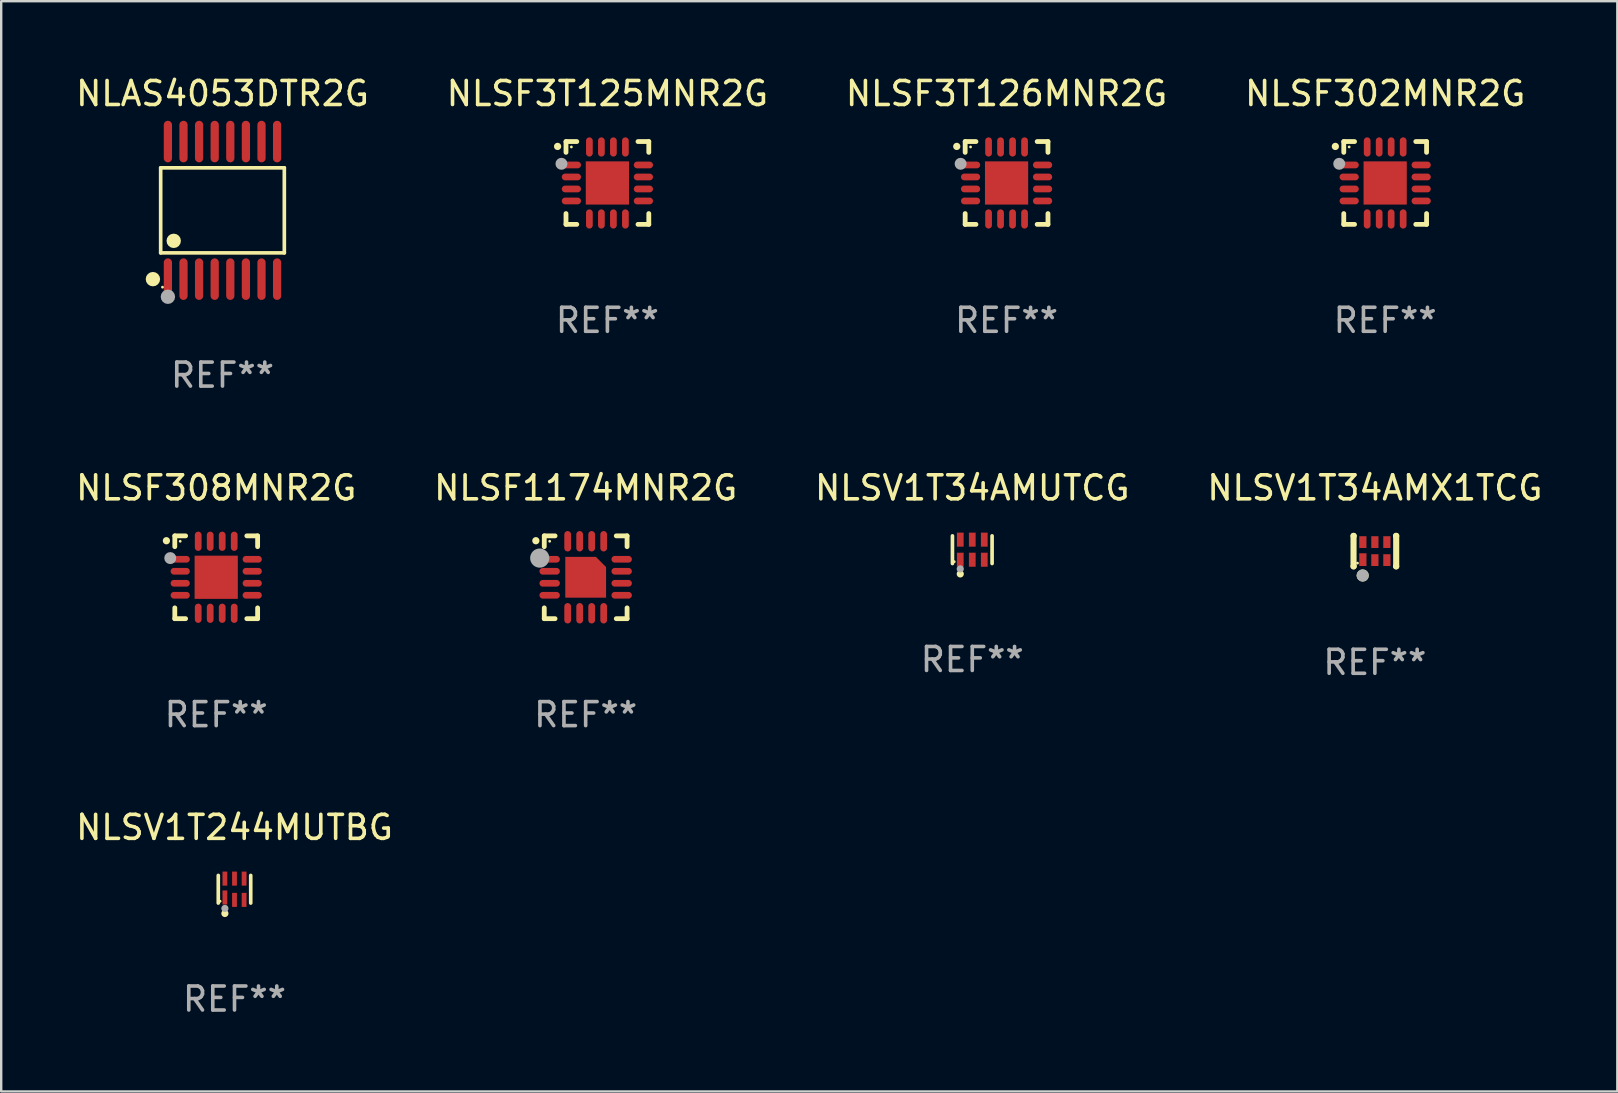
<source format=kicad_pcb>
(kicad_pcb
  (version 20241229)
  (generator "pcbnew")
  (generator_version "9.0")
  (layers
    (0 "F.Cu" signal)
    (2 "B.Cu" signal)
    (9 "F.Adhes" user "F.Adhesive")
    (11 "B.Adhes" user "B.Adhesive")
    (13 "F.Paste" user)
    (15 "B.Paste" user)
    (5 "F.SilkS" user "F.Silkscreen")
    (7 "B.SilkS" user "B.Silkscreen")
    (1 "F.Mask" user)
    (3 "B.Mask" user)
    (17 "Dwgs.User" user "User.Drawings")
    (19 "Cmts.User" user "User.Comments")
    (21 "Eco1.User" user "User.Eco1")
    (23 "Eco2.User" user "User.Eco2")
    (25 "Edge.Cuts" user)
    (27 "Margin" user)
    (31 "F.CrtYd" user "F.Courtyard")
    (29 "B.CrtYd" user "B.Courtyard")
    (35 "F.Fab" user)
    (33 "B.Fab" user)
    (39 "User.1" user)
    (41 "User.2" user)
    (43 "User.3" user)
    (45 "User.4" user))
  (footprint "NLSV1T34AMX1TCG"
    (layer "F.Cu")
    (at 54.232 19.911)
    (property "Reference" "NLSV1T34AMX1TCG" (at 0 -2.635 0) (layer "F.SilkS") (effects (font (size 1 1) (thickness 0.15))))
    (attr through_hole)
    (fp_line (start -0.889 -0.635) (end -0.889 0.635) (stroke (width 0.254) (type solid)) (layer "F.SilkS"))
    (fp_line (start -0.889 0.635) (end -0.881 0.635) (stroke (width 0.254) (type solid)) (layer "F.SilkS"))
    (fp_line (start -0.881 -0.635) (end -0.889 -0.635) (stroke (width 0.254) (type solid)) (layer "F.SilkS"))
    (fp_line (start 0.881 0.635) (end 0.889 0.635) (stroke (width 0.254) (type solid)) (layer "F.SilkS"))
    (fp_line (start 0.889 -0.635) (end 0.881 -0.635) (stroke (width 0.254) (type solid)) (layer "F.SilkS"))
    (fp_line (start 0.889 0.635) (end 0.889 -0.635) (stroke (width 0.254) (type solid)) (layer "F.SilkS"))
    (fp_circle (center -0.725 0.5) (end -0.695 0.5) (stroke (width 0.06) (type solid)) (fill no) (layer "F.SilkS"))
    (fp_circle (center -0.508 1.016) (end -0.381 1.016) (stroke (width 0.254) (type solid)) (fill no) (layer "F.SilkS"))
    (fp_circle (center -0.508 1.016) (end -0.381 1.016) (stroke (width 0.254) (type solid)) (fill no) (layer "F.Fab"))
    (fp_text user "REF**" (at 0 4.635 0) (layer "F.Fab") (effects (font (size 1 1) (thickness 0.15))))
    (pad "1" smd rect (at -0.5 0.355) (size 0.3 0.53) (layers "F.Cu" "F.Mask" "F.Paste"))
    (pad "2" smd rect (at 0.000102 0.375) (size 0.3 0.49) (layers "F.Cu" "F.Mask" "F.Paste"))
    (pad "3" smd rect (at 0.5 0.375) (size 0.3 0.49) (layers "F.Cu" "F.Mask" "F.Paste"))
    (pad "4" smd rect (at 0.5 -0.375) (size 0.3 0.49) (layers "F.Cu" "F.Mask" "F.Paste"))
    (pad "5" smd rect (at 0.000102 -0.375) (size 0.3 0.49) (layers "F.Cu" "F.Mask" "F.Paste"))
    (pad "6" smd rect (at -0.5 -0.375) (size 0.3 0.49) (layers "F.Cu" "F.Mask" "F.Paste")))
  (footprint "NLSF1174MNR2G"
    (layer "F.Cu")
    (at 21.351 21.001)
    (property "Reference" "NLSF1174MNR2G" (at 0 -3.725 0) (layer "F.SilkS") (effects (font (size 1 1) (thickness 0.15))))
    (attr through_hole)
    (fp_line (start -1.725 -1.725) (end -1.275 -1.725) (stroke (width 0.2) (type solid)) (layer "F.SilkS"))
    (fp_line (start -1.725 -1.275) (end -1.725 -1.725) (stroke (width 0.2) (type solid)) (layer "F.SilkS"))
    (fp_line (start -1.725 1.725) (end -1.725 1.275) (stroke (width 0.2) (type solid)) (layer "F.SilkS"))
    (fp_line (start -1.275 1.725) (end -1.725 1.725) (stroke (width 0.2) (type solid)) (layer "F.SilkS"))
    (fp_line (start 1.275 -1.725) (end 1.725 -1.725) (stroke (width 0.2) (type solid)) (layer "F.SilkS"))
    (fp_line (start 1.275 1.725) (end 1.725 1.725) (stroke (width 0.2) (type solid)) (layer "F.SilkS"))
    (fp_line (start 1.725 -1.725) (end 1.725 -1.275) (stroke (width 0.2) (type solid)) (layer "F.SilkS"))
    (fp_line (start 1.725 1.725) (end 1.725 1.275) (stroke (width 0.2) (type solid)) (layer "F.SilkS"))
    (fp_arc (start -2.075184 -1.521463) (mid -2.075189 -1.522733) (end -2.075184 -1.524003) (stroke (width 0.3) (type solid)) (layer "F.SilkS"))
    (fp_circle (center -1.5 -1.5) (end -1.47 -1.5) (stroke (width 0.06) (type solid)) (fill no) (layer "F.SilkS"))
    (fp_circle (center -1.914 -0.799) (end -1.714 -0.799) (stroke (width 0.4) (type solid)) (fill no) (layer "F.Fab"))
    (fp_text user "REF**" (at 0 5.725 0) (layer "F.Fab") (effects (font (size 1 1) (thickness 0.15))))
    (pad "1" smd oval (at -1.5 -0.75) (size 0.85 0.28) (layers "F.Cu" "F.Mask" "F.Paste"))
    (pad "2" smd oval (at -1.5 -0.25) (size 0.85 0.28) (layers "F.Cu" "F.Mask" "F.Paste"))
    (pad "3" smd oval (at -1.5 0.25) (size 0.85 0.28) (layers "F.Cu" "F.Mask" "F.Paste"))
    (pad "4" smd oval (at -1.5 0.75) (size 0.85 0.28) (layers "F.Cu" "F.Mask" "F.Paste"))
    (pad "5" smd oval (at -0.75 1.5) (size 0.28 0.85) (layers "F.Cu" "F.Mask" "F.Paste"))
    (pad "6" smd oval (at -0.25 1.5) (size 0.28 0.85) (layers "F.Cu" "F.Mask" "F.Paste"))
    (pad "7" smd oval (at 0.25 1.5) (size 0.28 0.85) (layers "F.Cu" "F.Mask" "F.Paste"))
    (pad "8" smd oval (at 0.75 1.5) (size 0.28 0.85) (layers "F.Cu" "F.Mask" "F.Paste"))
    (pad "9" smd oval (at 1.5 0.75) (size 0.85 0.28) (layers "F.Cu" "F.Mask" "F.Paste"))
    (pad "10" smd oval (at 1.5 0.25) (size 0.85 0.28) (layers "F.Cu" "F.Mask" "F.Paste"))
    (pad "11" smd oval (at 1.5 -0.25) (size 0.85 0.28) (layers "F.Cu" "F.Mask" "F.Paste"))
    (pad "12" smd oval (at 1.5 -0.75) (size 0.85 0.28) (layers "F.Cu" "F.Mask" "F.Paste"))
    (pad "13" smd oval (at 0.75 -1.5) (size 0.28 0.85) (layers "F.Cu" "F.Mask" "F.Paste"))
    (pad "14" smd oval (at 0.25 -1.5) (size 0.28 0.85) (layers "F.Cu" "F.Mask" "F.Paste"))
    (pad "15" smd oval (at -0.25 -1.5) (size 0.28 0.85) (layers "F.Cu" "F.Mask" "F.Paste"))
    (pad "16" smd oval (at -0.75 -1.5) (size 0.28 0.85) (layers "F.Cu" "F.Mask" "F.Paste"))
    (pad "17" smd custom (at 0.000076 0.000076 270) (size 1.7 1.7) (layers "F.Cu" "F.Mask" "F.Paste") (options (anchor circle)) (primitives (gr_poly (pts (xy 0.85 -0.85) (xy 0.85 0.85) (xy -0.85 0.85) (xy -0.85 -0.425) (xy -0.425 -0.85)) (width 0) (fill yes)))))
  (footprint "NLSF302MNR2G"
    (layer "F.Cu")
    (at 54.661 4.573)
    (property "Reference" "NLSF302MNR2G" (at 0 -3.725 0) (layer "F.SilkS") (effects (font (size 1 1) (thickness 0.15))))
    (attr through_hole)
    (fp_line (start -1.725 -1.725) (end -1.275 -1.725) (stroke (width 0.2) (type solid)) (layer "F.SilkS"))
    (fp_line (start -1.725 -1.275) (end -1.725 -1.725) (stroke (width 0.2) (type solid)) (layer "F.SilkS"))
    (fp_line (start -1.725 1.725) (end -1.725 1.275) (stroke (width 0.2) (type solid)) (layer "F.SilkS"))
    (fp_line (start -1.275 1.725) (end -1.725 1.725) (stroke (width 0.2) (type solid)) (layer "F.SilkS"))
    (fp_line (start 1.275 -1.725) (end 1.725 -1.725) (stroke (width 0.2) (type solid)) (layer "F.SilkS"))
    (fp_line (start 1.275 1.725) (end 1.725 1.725) (stroke (width 0.2) (type solid)) (layer "F.SilkS"))
    (fp_line (start 1.725 -1.725) (end 1.725 -1.275) (stroke (width 0.2) (type solid)) (layer "F.SilkS"))
    (fp_line (start 1.725 1.725) (end 1.725 1.275) (stroke (width 0.2) (type solid)) (layer "F.SilkS"))
    (fp_arc (start -2.075184 -1.521463) (mid -2.075189 -1.522733) (end -2.075184 -1.524003) (stroke (width 0.3) (type solid)) (layer "F.SilkS"))
    (fp_circle (center -1.5 -1.5) (end -1.47 -1.5) (stroke (width 0.06) (type solid)) (fill no) (layer "F.SilkS"))
    (fp_circle (center -1.914 -0.799) (end -1.789 -0.799) (stroke (width 0.25) (type solid)) (fill no) (layer "F.Fab"))
    (fp_text user "REF**" (at 0 5.725 0) (layer "F.Fab") (effects (font (size 1 1) (thickness 0.15))))
    (pad "1" smd oval (at -1.5 -0.75) (size 0.8 0.28) (layers "F.Cu" "F.Mask" "F.Paste"))
    (pad "2" smd oval (at -1.5 -0.25) (size 0.8 0.28) (layers "F.Cu" "F.Mask" "F.Paste"))
    (pad "3" smd oval (at -1.5 0.25) (size 0.8 0.28) (layers "F.Cu" "F.Mask" "F.Paste"))
    (pad "4" smd oval (at -1.5 0.75) (size 0.8 0.28) (layers "F.Cu" "F.Mask" "F.Paste"))
    (pad "5" smd oval (at -0.75 1.5) (size 0.28 0.8) (layers "F.Cu" "F.Mask" "F.Paste"))
    (pad "6" smd oval (at -0.25 1.5) (size 0.28 0.8) (layers "F.Cu" "F.Mask" "F.Paste"))
    (pad "7" smd oval (at 0.25 1.5) (size 0.28 0.8) (layers "F.Cu" "F.Mask" "F.Paste"))
    (pad "8" smd oval (at 0.75 1.5) (size 0.28 0.8) (layers "F.Cu" "F.Mask" "F.Paste"))
    (pad "9" smd oval (at 1.5 0.75) (size 0.8 0.28) (layers "F.Cu" "F.Mask" "F.Paste"))
    (pad "10" smd oval (at 1.5 0.25) (size 0.8 0.28) (layers "F.Cu" "F.Mask" "F.Paste"))
    (pad "11" smd oval (at 1.5 -0.25) (size 0.8 0.28) (layers "F.Cu" "F.Mask" "F.Paste"))
    (pad "12" smd oval (at 1.5 -0.75) (size 0.8 0.28) (layers "F.Cu" "F.Mask" "F.Paste"))
    (pad "13" smd oval (at 0.75 -1.5) (size 0.28 0.8) (layers "F.Cu" "F.Mask" "F.Paste"))
    (pad "14" smd oval (at 0.25 -1.5) (size 0.28 0.8) (layers "F.Cu" "F.Mask" "F.Paste"))
    (pad "15" smd oval (at -0.25 -1.5) (size 0.28 0.8) (layers "F.Cu" "F.Mask" "F.Paste"))
    (pad "16" smd oval (at -0.75 -1.5) (size 0.28 0.8) (layers "F.Cu" "F.Mask" "F.Paste"))
    (pad "17" smd rect (at 0.000076 0.000076) (size 1.8 1.8) (layers "F.Cu" "F.Mask" "F.Paste")))
  (footprint "NLSV1T34AMUTCG"
    (layer "F.Cu")
    (at 37.458 19.852)
    (property "Reference" "NLSV1T34AMUTCG" (at 0 -2.576 0) (layer "F.SilkS") (effects (font (size 1 1) (thickness 0.15))))
    (attr through_hole)
    (fp_line (start -0.826 0.576) (end -0.826 -0.576) (stroke (width 0.152) (type solid)) (layer "F.SilkS"))
    (fp_line (start 0.826 0.576) (end 0.826 -0.576) (stroke (width 0.152) (type solid)) (layer "F.SilkS"))
    (fp_circle (center -0.75 0.5) (end -0.72 0.5) (stroke (width 0.06) (type solid)) (fill no) (layer "F.SilkS"))
    (fp_circle (center -0.5 1.01) (end -0.425 1.01) (stroke (width 0.15) (type solid)) (fill no) (layer "F.SilkS"))
    (fp_circle (center -0.5 0.8) (end -0.425 0.8) (stroke (width 0.15) (type solid)) (fill no) (layer "F.Fab"))
    (fp_text user "REF**" (at 0 4.576 0) (layer "F.Fab") (effects (font (size 1 1) (thickness 0.15))))
    (pad "1" smd rect (at -0.5 0.418) (size 0.28 0.585) (layers "F.Cu" "F.Mask" "F.Paste"))
    (pad "2" smd rect (at 0 0.418) (size 0.28 0.585) (layers "F.Cu" "F.Mask" "F.Paste"))
    (pad "3" smd rect (at 0.5 0.418) (size 0.28 0.585) (layers "F.Cu" "F.Mask" "F.Paste"))
    (pad "4" smd rect (at 0.5 -0.418) (size 0.28 0.585) (layers "F.Cu" "F.Mask" "F.Paste"))
    (pad "5" smd rect (at 0 -0.418) (size 0.28 0.585) (layers "F.Cu" "F.Mask" "F.Paste"))
    (pad "6" smd rect (at -0.5 -0.418) (size 0.28 0.585) (layers "F.Cu" "F.Mask" "F.Paste")))
  (footprint "NLSF308MNR2G"
    (layer "F.Cu")
    (at 5.958 21.001)
    (property "Reference" "NLSF308MNR2G" (at 0 -3.725 0) (layer "F.SilkS") (effects (font (size 1 1) (thickness 0.15))))
    (attr through_hole)
    (fp_line (start -1.725 -1.725) (end -1.275 -1.725) (stroke (width 0.2) (type solid)) (layer "F.SilkS"))
    (fp_line (start -1.725 -1.275) (end -1.725 -1.725) (stroke (width 0.2) (type solid)) (layer "F.SilkS"))
    (fp_line (start -1.725 1.725) (end -1.725 1.275) (stroke (width 0.2) (type solid)) (layer "F.SilkS"))
    (fp_line (start -1.275 1.725) (end -1.725 1.725) (stroke (width 0.2) (type solid)) (layer "F.SilkS"))
    (fp_line (start 1.275 -1.725) (end 1.725 -1.725) (stroke (width 0.2) (type solid)) (layer "F.SilkS"))
    (fp_line (start 1.275 1.725) (end 1.725 1.725) (stroke (width 0.2) (type solid)) (layer "F.SilkS"))
    (fp_line (start 1.725 -1.725) (end 1.725 -1.275) (stroke (width 0.2) (type solid)) (layer "F.SilkS"))
    (fp_line (start 1.725 1.725) (end 1.725 1.275) (stroke (width 0.2) (type solid)) (layer "F.SilkS"))
    (fp_arc (start -2.075184 -1.521463) (mid -2.075189 -1.522733) (end -2.075184 -1.524003) (stroke (width 0.3) (type solid)) (layer "F.SilkS"))
    (fp_circle (center -1.5 -1.5) (end -1.47 -1.5) (stroke (width 0.06) (type solid)) (fill no) (layer "F.SilkS"))
    (fp_circle (center -1.914 -0.799) (end -1.789 -0.799) (stroke (width 0.25) (type solid)) (fill no) (layer "F.Fab"))
    (fp_text user "REF**" (at 0 5.725 0) (layer "F.Fab") (effects (font (size 1 1) (thickness 0.15))))
    (pad "1" smd oval (at -1.5 -0.75) (size 0.8 0.28) (layers "F.Cu" "F.Mask" "F.Paste"))
    (pad "2" smd oval (at -1.5 -0.25) (size 0.8 0.28) (layers "F.Cu" "F.Mask" "F.Paste"))
    (pad "3" smd oval (at -1.5 0.25) (size 0.8 0.28) (layers "F.Cu" "F.Mask" "F.Paste"))
    (pad "4" smd oval (at -1.5 0.75) (size 0.8 0.28) (layers "F.Cu" "F.Mask" "F.Paste"))
    (pad "5" smd oval (at -0.75 1.5) (size 0.28 0.8) (layers "F.Cu" "F.Mask" "F.Paste"))
    (pad "6" smd oval (at -0.25 1.5) (size 0.28 0.8) (layers "F.Cu" "F.Mask" "F.Paste"))
    (pad "7" smd oval (at 0.25 1.5) (size 0.28 0.8) (layers "F.Cu" "F.Mask" "F.Paste"))
    (pad "8" smd oval (at 0.75 1.5) (size 0.28 0.8) (layers "F.Cu" "F.Mask" "F.Paste"))
    (pad "9" smd oval (at 1.5 0.75) (size 0.8 0.28) (layers "F.Cu" "F.Mask" "F.Paste"))
    (pad "10" smd oval (at 1.5 0.25) (size 0.8 0.28) (layers "F.Cu" "F.Mask" "F.Paste"))
    (pad "11" smd oval (at 1.5 -0.25) (size 0.8 0.28) (layers "F.Cu" "F.Mask" "F.Paste"))
    (pad "12" smd oval (at 1.5 -0.75) (size 0.8 0.28) (layers "F.Cu" "F.Mask" "F.Paste"))
    (pad "13" smd oval (at 0.75 -1.5) (size 0.28 0.8) (layers "F.Cu" "F.Mask" "F.Paste"))
    (pad "14" smd oval (at 0.25 -1.5) (size 0.28 0.8) (layers "F.Cu" "F.Mask" "F.Paste"))
    (pad "15" smd oval (at -0.25 -1.5) (size 0.28 0.8) (layers "F.Cu" "F.Mask" "F.Paste"))
    (pad "16" smd oval (at -0.75 -1.5) (size 0.28 0.8) (layers "F.Cu" "F.Mask" "F.Paste"))
    (pad "17" smd rect (at 0.000076 0.000076) (size 1.8 1.8) (layers "F.Cu" "F.Mask" "F.Paste")))
  (footprint "NLSV1T244MUTBG"
    (layer "F.Cu")
    (at 6.72 33.999)
    (property "Reference" "NLSV1T244MUTBG" (at 0 -2.576 0) (layer "F.SilkS") (effects (font (size 1 1) (thickness 0.15))))
    (attr through_hole)
    (fp_line (start -0.676 0.576) (end -0.676 -0.576) (stroke (width 0.152) (type solid)) (layer "F.SilkS"))
    (fp_line (start 0.676 0.576) (end 0.676 -0.576) (stroke (width 0.152) (type solid)) (layer "F.SilkS"))
    (fp_circle (center -0.6 0.5) (end -0.57 0.5) (stroke (width 0.06) (type solid)) (fill no) (layer "F.SilkS"))
    (fp_circle (center -0.4 1.01) (end -0.325 1.01) (stroke (width 0.15) (type solid)) (fill no) (layer "F.SilkS"))
    (fp_circle (center -0.4 0.8) (end -0.325 0.8) (stroke (width 0.15) (type solid)) (fill no) (layer "F.Fab"))
    (fp_text user "REF**" (at 0 4.576 0) (layer "F.Fab") (effects (font (size 1 1) (thickness 0.15))))
    (pad "1" smd rect (at -0.4 0.343) (size 0.2 0.585) (layers "F.Cu" "F.Mask" "F.Paste"))
    (pad "2" smd rect (at 0 0.443) (size 0.2 0.585) (layers "F.Cu" "F.Mask" "F.Paste"))
    (pad "3" smd rect (at 0.4 0.443) (size 0.2 0.585) (layers "F.Cu" "F.Mask" "F.Paste"))
    (pad "4" smd rect (at 0.4 -0.443) (size 0.2 0.585) (layers "F.Cu" "F.Mask" "F.Paste"))
    (pad "5" smd rect (at 0 -0.443) (size 0.2 0.585) (layers "F.Cu" "F.Mask" "F.Paste"))
    (pad "6" smd rect (at -0.4 -0.443) (size 0.2 0.585) (layers "F.Cu" "F.Mask" "F.Paste")))
  (footprint "NLSF3T125MNR2G"
    (layer "F.Cu")
    (at 22.256 4.573)
    (property "Reference" "NLSF3T125MNR2G" (at 0 -3.725 0) (layer "F.SilkS") (effects (font (size 1 1) (thickness 0.15))))
    (attr through_hole)
    (fp_line (start -1.725 -1.725) (end -1.275 -1.725) (stroke (width 0.2) (type solid)) (layer "F.SilkS"))
    (fp_line (start -1.725 -1.275) (end -1.725 -1.725) (stroke (width 0.2) (type solid)) (layer "F.SilkS"))
    (fp_line (start -1.725 1.725) (end -1.725 1.275) (stroke (width 0.2) (type solid)) (layer "F.SilkS"))
    (fp_line (start -1.275 1.725) (end -1.725 1.725) (stroke (width 0.2) (type solid)) (layer "F.SilkS"))
    (fp_line (start 1.275 -1.725) (end 1.725 -1.725) (stroke (width 0.2) (type solid)) (layer "F.SilkS"))
    (fp_line (start 1.275 1.725) (end 1.725 1.725) (stroke (width 0.2) (type solid)) (layer "F.SilkS"))
    (fp_line (start 1.725 -1.725) (end 1.725 -1.275) (stroke (width 0.2) (type solid)) (layer "F.SilkS"))
    (fp_line (start 1.725 1.725) (end 1.725 1.275) (stroke (width 0.2) (type solid)) (layer "F.SilkS"))
    (fp_arc (start -2.075184 -1.521463) (mid -2.075189 -1.522733) (end -2.075184 -1.524003) (stroke (width 0.3) (type solid)) (layer "F.SilkS"))
    (fp_circle (center -1.5 -1.5) (end -1.47 -1.5) (stroke (width 0.06) (type solid)) (fill no) (layer "F.SilkS"))
    (fp_circle (center -1.914 -0.799) (end -1.789 -0.799) (stroke (width 0.25) (type solid)) (fill no) (layer "F.Fab"))
    (fp_text user "REF**" (at 0 5.725 0) (layer "F.Fab") (effects (font (size 1 1) (thickness 0.15))))
    (pad "1" smd oval (at -1.5 -0.75) (size 0.8 0.28) (layers "F.Cu" "F.Mask" "F.Paste"))
    (pad "2" smd oval (at -1.5 -0.25) (size 0.8 0.28) (layers "F.Cu" "F.Mask" "F.Paste"))
    (pad "3" smd oval (at -1.5 0.25) (size 0.8 0.28) (layers "F.Cu" "F.Mask" "F.Paste"))
    (pad "4" smd oval (at -1.5 0.75) (size 0.8 0.28) (layers "F.Cu" "F.Mask" "F.Paste"))
    (pad "5" smd oval (at -0.75 1.5) (size 0.28 0.8) (layers "F.Cu" "F.Mask" "F.Paste"))
    (pad "6" smd oval (at -0.25 1.5) (size 0.28 0.8) (layers "F.Cu" "F.Mask" "F.Paste"))
    (pad "7" smd oval (at 0.25 1.5) (size 0.28 0.8) (layers "F.Cu" "F.Mask" "F.Paste"))
    (pad "8" smd oval (at 0.75 1.5) (size 0.28 0.8) (layers "F.Cu" "F.Mask" "F.Paste"))
    (pad "9" smd oval (at 1.5 0.75) (size 0.8 0.28) (layers "F.Cu" "F.Mask" "F.Paste"))
    (pad "10" smd oval (at 1.5 0.25) (size 0.8 0.28) (layers "F.Cu" "F.Mask" "F.Paste"))
    (pad "11" smd oval (at 1.5 -0.25) (size 0.8 0.28) (layers "F.Cu" "F.Mask" "F.Paste"))
    (pad "12" smd oval (at 1.5 -0.75) (size 0.8 0.28) (layers "F.Cu" "F.Mask" "F.Paste"))
    (pad "13" smd oval (at 0.75 -1.5) (size 0.28 0.8) (layers "F.Cu" "F.Mask" "F.Paste"))
    (pad "14" smd oval (at 0.25 -1.5) (size 0.28 0.8) (layers "F.Cu" "F.Mask" "F.Paste"))
    (pad "15" smd oval (at -0.25 -1.5) (size 0.28 0.8) (layers "F.Cu" "F.Mask" "F.Paste"))
    (pad "16" smd oval (at -0.75 -1.5) (size 0.28 0.8) (layers "F.Cu" "F.Mask" "F.Paste"))
    (pad "17" smd rect (at 0.000076 0.000076) (size 1.8 1.8) (layers "F.Cu" "F.Mask" "F.Paste")))
  (footprint "NLSF3T126MNR2G"
    (layer "F.Cu")
    (at 38.887 4.573)
    (property "Reference" "NLSF3T126MNR2G" (at 0 -3.725 0) (layer "F.SilkS") (effects (font (size 1 1) (thickness 0.15))))
    (attr through_hole)
    (fp_line (start -1.725 -1.725) (end -1.275 -1.725) (stroke (width 0.2) (type solid)) (layer "F.SilkS"))
    (fp_line (start -1.725 -1.275) (end -1.725 -1.725) (stroke (width 0.2) (type solid)) (layer "F.SilkS"))
    (fp_line (start -1.725 1.725) (end -1.725 1.275) (stroke (width 0.2) (type solid)) (layer "F.SilkS"))
    (fp_line (start -1.275 1.725) (end -1.725 1.725) (stroke (width 0.2) (type solid)) (layer "F.SilkS"))
    (fp_line (start 1.275 -1.725) (end 1.725 -1.725) (stroke (width 0.2) (type solid)) (layer "F.SilkS"))
    (fp_line (start 1.275 1.725) (end 1.725 1.725) (stroke (width 0.2) (type solid)) (layer "F.SilkS"))
    (fp_line (start 1.725 -1.725) (end 1.725 -1.275) (stroke (width 0.2) (type solid)) (layer "F.SilkS"))
    (fp_line (start 1.725 1.725) (end 1.725 1.275) (stroke (width 0.2) (type solid)) (layer "F.SilkS"))
    (fp_arc (start -2.075184 -1.521463) (mid -2.075189 -1.522733) (end -2.075184 -1.524003) (stroke (width 0.3) (type solid)) (layer "F.SilkS"))
    (fp_circle (center -1.5 -1.5) (end -1.47 -1.5) (stroke (width 0.06) (type solid)) (fill no) (layer "F.SilkS"))
    (fp_circle (center -1.914 -0.799) (end -1.789 -0.799) (stroke (width 0.25) (type solid)) (fill no) (layer "F.Fab"))
    (fp_text user "REF**" (at 0 5.725 0) (layer "F.Fab") (effects (font (size 1 1) (thickness 0.15))))
    (pad "1" smd oval (at -1.5 -0.75) (size 0.8 0.28) (layers "F.Cu" "F.Mask" "F.Paste"))
    (pad "2" smd oval (at -1.5 -0.25) (size 0.8 0.28) (layers "F.Cu" "F.Mask" "F.Paste"))
    (pad "3" smd oval (at -1.5 0.25) (size 0.8 0.28) (layers "F.Cu" "F.Mask" "F.Paste"))
    (pad "4" smd oval (at -1.5 0.75) (size 0.8 0.28) (layers "F.Cu" "F.Mask" "F.Paste"))
    (pad "5" smd oval (at -0.75 1.5) (size 0.28 0.8) (layers "F.Cu" "F.Mask" "F.Paste"))
    (pad "6" smd oval (at -0.25 1.5) (size 0.28 0.8) (layers "F.Cu" "F.Mask" "F.Paste"))
    (pad "7" smd oval (at 0.25 1.5) (size 0.28 0.8) (layers "F.Cu" "F.Mask" "F.Paste"))
    (pad "8" smd oval (at 0.75 1.5) (size 0.28 0.8) (layers "F.Cu" "F.Mask" "F.Paste"))
    (pad "9" smd oval (at 1.5 0.75) (size 0.8 0.28) (layers "F.Cu" "F.Mask" "F.Paste"))
    (pad "10" smd oval (at 1.5 0.25) (size 0.8 0.28) (layers "F.Cu" "F.Mask" "F.Paste"))
    (pad "11" smd oval (at 1.5 -0.25) (size 0.8 0.28) (layers "F.Cu" "F.Mask" "F.Paste"))
    (pad "12" smd oval (at 1.5 -0.75) (size 0.8 0.28) (layers "F.Cu" "F.Mask" "F.Paste"))
    (pad "13" smd oval (at 0.75 -1.5) (size 0.28 0.8) (layers "F.Cu" "F.Mask" "F.Paste"))
    (pad "14" smd oval (at 0.25 -1.5) (size 0.28 0.8) (layers "F.Cu" "F.Mask" "F.Paste"))
    (pad "15" smd oval (at -0.25 -1.5) (size 0.28 0.8) (layers "F.Cu" "F.Mask" "F.Paste"))
    (pad "16" smd oval (at -0.75 -1.5) (size 0.28 0.8) (layers "F.Cu" "F.Mask" "F.Paste"))
    (pad "17" smd rect (at 0.000076 0.000076) (size 1.8 1.8) (layers "F.Cu" "F.Mask" "F.Paste")))
  (footprint "NLAS4053DTR2G"
    (layer "F.Cu")
    (at 6.22 5.714)
    (property "Reference" "NLAS4053DTR2G" (at 0 -4.866 0) (layer "F.SilkS") (effects (font (size 1 1) (thickness 0.15))))
    (attr through_hole)
    (fp_line (start -2.576 -1.772) (end 2.576 -1.772) (stroke (width 0.152) (type solid)) (layer "F.SilkS"))
    (fp_line (start -2.576 1.771) (end -2.576 -1.772) (stroke (width 0.152) (type solid)) (layer "F.SilkS"))
    (fp_line (start 2.576 -1.772) (end 2.576 1.771) (stroke (width 0.152) (type solid)) (layer "F.SilkS"))
    (fp_line (start 2.576 1.771) (end -2.576 1.771) (stroke (width 0.152) (type solid)) (layer "F.SilkS"))
    (fp_circle (center -2.899 2.866) (end -2.749 2.866) (stroke (width 0.3) (type solid)) (fill no) (layer "F.SilkS"))
    (fp_circle (center -2.5 3.2) (end -2.47 3.2) (stroke (width 0.06) (type solid)) (fill no) (layer "F.SilkS"))
    (fp_circle (center -2.032 1.27) (end -1.882 1.27) (stroke (width 0.3) (type solid)) (fill no) (layer "F.SilkS"))
    (fp_circle (center -2.275 3.6) (end -2.125 3.6) (stroke (width 0.3) (type solid)) (fill no) (layer "F.Fab"))
    (fp_text user "REF**" (at 0 6.866 0) (layer "F.Fab") (effects (font (size 1 1) (thickness 0.15))))
    (pad "1" smd oval (at -2.275 2.866) (size 0.343 1.731) (layers "F.Cu" "F.Mask" "F.Paste"))
    (pad "2" smd oval (at -1.625 2.866) (size 0.343 1.731) (layers "F.Cu" "F.Mask" "F.Paste"))
    (pad "3" smd oval (at -0.975 2.866) (size 0.343 1.731) (layers "F.Cu" "F.Mask" "F.Paste"))
    (pad "4" smd oval (at -0.325 2.866) (size 0.343 1.731) (layers "F.Cu" "F.Mask" "F.Paste"))
    (pad "5" smd oval (at 0.325 2.866) (size 0.343 1.731) (layers "F.Cu" "F.Mask" "F.Paste"))
    (pad "6" smd oval (at 0.975 2.866) (size 0.343 1.731) (layers "F.Cu" "F.Mask" "F.Paste"))
    (pad "7" smd oval (at 1.625 2.866) (size 0.343 1.731) (layers "F.Cu" "F.Mask" "F.Paste"))
    (pad "8" smd oval (at 2.275 2.866) (size 0.343 1.731) (layers "F.Cu" "F.Mask" "F.Paste"))
    (pad "9" smd oval (at 2.275 -2.866) (size 0.343 1.731) (layers "F.Cu" "F.Mask" "F.Paste"))
    (pad "10" smd oval (at 1.625 -2.866) (size 0.343 1.731) (layers "F.Cu" "F.Mask" "F.Paste"))
    (pad "11" smd oval (at 0.975 -2.866) (size 0.343 1.731) (layers "F.Cu" "F.Mask" "F.Paste"))
    (pad "12" smd oval (at 0.325 -2.866) (size 0.343 1.731) (layers "F.Cu" "F.Mask" "F.Paste"))
    (pad "13" smd oval (at -0.325 -2.866) (size 0.343 1.731) (layers "F.Cu" "F.Mask" "F.Paste"))
    (pad "14" smd oval (at -0.975 -2.866) (size 0.343 1.731) (layers "F.Cu" "F.Mask" "F.Paste"))
    (pad "15" smd oval (at -1.625 -2.866) (size 0.343 1.731) (layers "F.Cu" "F.Mask" "F.Paste"))
    (pad "16" smd oval (at -2.275 -2.866) (size 0.343 1.731) (layers "F.Cu" "F.Mask" "F.Paste")))
  (gr_rect
    (start -3 -3)
    (end 64.333 42.423)
    (stroke (width 0.1) (type default))
    (fill no)
    (layer "Edge.Cuts")))
</source>
